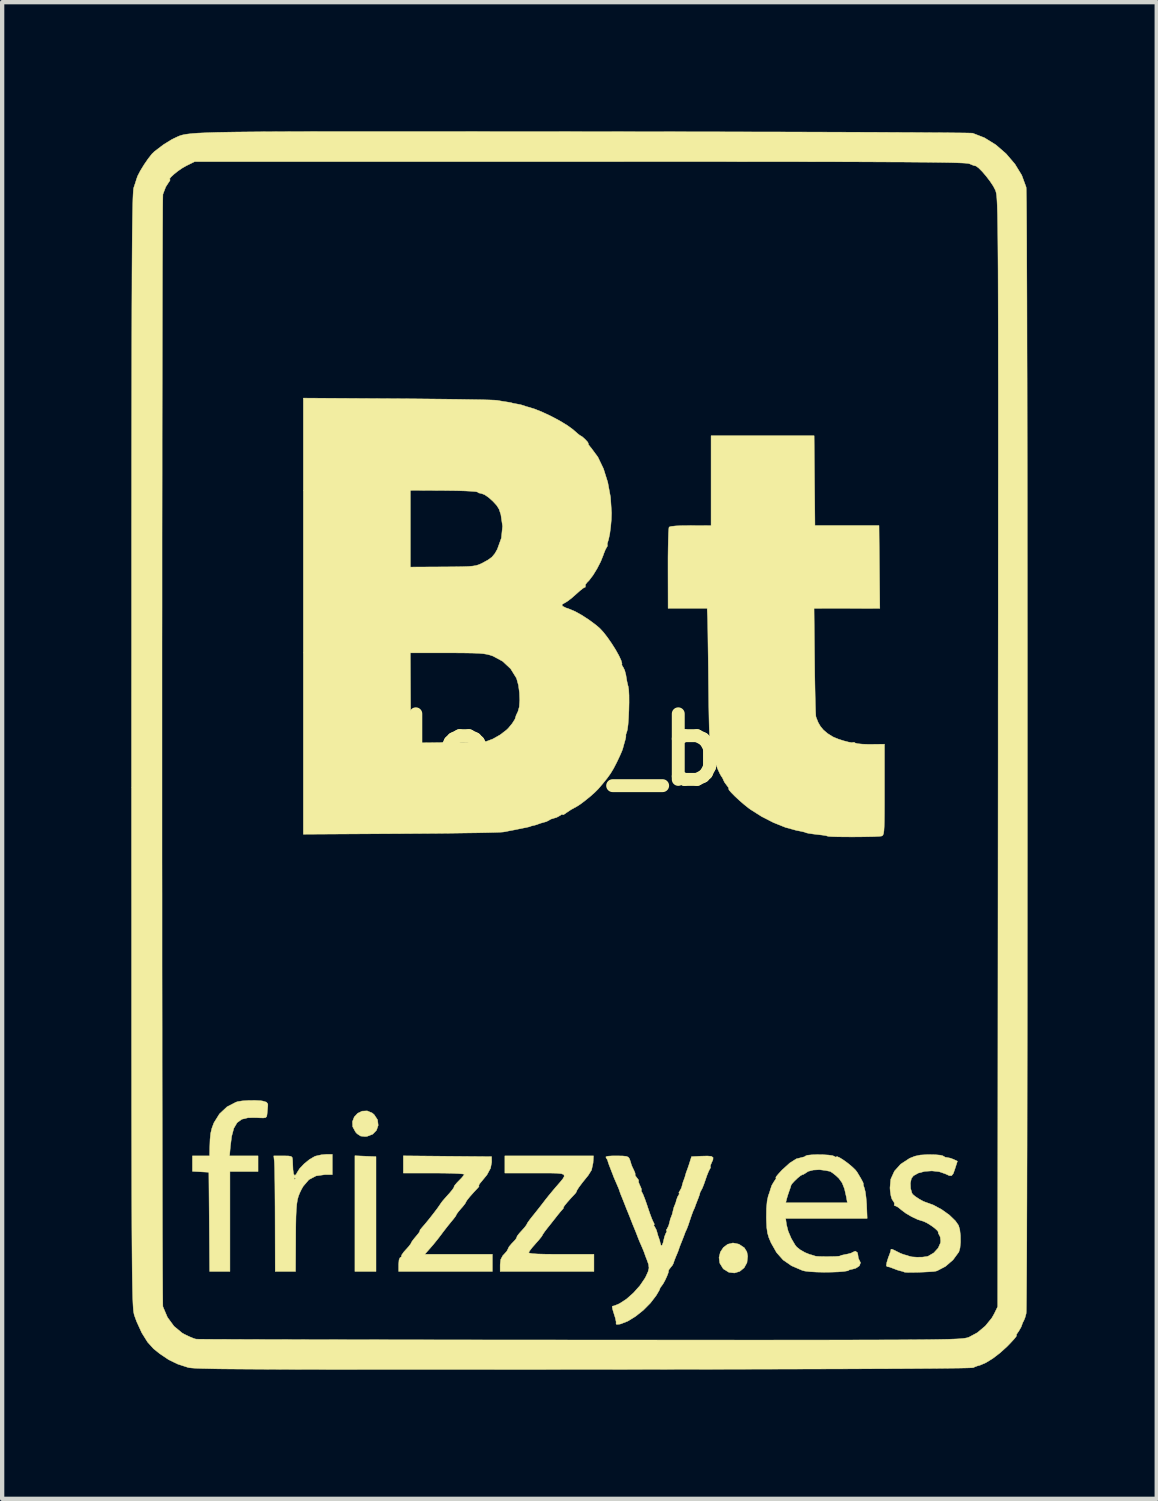
<source format=kicad_pcb>
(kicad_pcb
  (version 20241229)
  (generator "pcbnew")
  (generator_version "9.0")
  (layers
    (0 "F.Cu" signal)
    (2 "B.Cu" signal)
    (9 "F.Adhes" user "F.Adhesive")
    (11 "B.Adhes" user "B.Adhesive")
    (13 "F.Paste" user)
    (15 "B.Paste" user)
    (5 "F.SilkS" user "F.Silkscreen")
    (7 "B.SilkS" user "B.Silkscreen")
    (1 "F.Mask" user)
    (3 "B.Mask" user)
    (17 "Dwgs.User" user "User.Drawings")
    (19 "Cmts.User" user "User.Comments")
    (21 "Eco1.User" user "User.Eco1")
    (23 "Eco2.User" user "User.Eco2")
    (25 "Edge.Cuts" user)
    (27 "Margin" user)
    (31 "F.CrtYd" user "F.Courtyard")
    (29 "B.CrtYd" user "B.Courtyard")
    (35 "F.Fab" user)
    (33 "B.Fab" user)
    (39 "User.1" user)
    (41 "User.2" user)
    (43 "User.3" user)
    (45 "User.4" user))
  (footprint "logo_bt"
    (layer "F.Cu")
    (at 10.419 14.365)
    (property "Reference" "logo_bt" (at 0 0 0) (layer "F.SilkS") (effects (font (size 1.524 1.524) (thickness 0.3))))
    (attr through_hole)
    (fp_poly (pts (xy -4.98 9.442) (xy -4.735 9.452) (xy -4.735 10.786) (xy -4.735 12.119) (xy -5.225 12.119) (xy -5.225 9.431) (xy -4.98 9.442)) (stroke (width 0.01) (type solid)) (fill yes) (layer "F.SilkS"))
    (fp_poly (pts (xy -4.822 8.439) (xy -4.777 8.478) (xy -4.699 8.597) (xy -4.684 8.724) (xy -4.724 8.84) (xy -4.812 8.931) (xy -4.943 8.981) (xy -4.988 8.985) (xy -5.092 8.974) (xy -5.174 8.92) (xy -5.211 8.879) (xy -5.277 8.757) (xy -5.282 8.638) (xy -5.24 8.53) (xy -5.161 8.445) (xy -5.057 8.395) (xy -4.94 8.389) (xy -4.822 8.439)) (stroke (width 0.01) (type solid)) (fill yes) (layer "F.SilkS"))
    (fp_poly (pts (xy 3.689 11.484) (xy 3.704 11.491) (xy 3.82 11.568) (xy 3.88 11.665) (xy 3.898 11.764) (xy 3.882 11.914) (xy 3.816 12.034) (xy 3.714 12.117) (xy 3.591 12.154) (xy 3.462 12.139) (xy 3.341 12.065) (xy 3.325 12.048) (xy 3.25 11.925) (xy 3.233 11.795) (xy 3.264 11.669) (xy 3.334 11.562) (xy 3.434 11.487) (xy 3.556 11.457) (xy 3.689 11.484)) (stroke (width 0.01) (type solid)) (fill yes) (layer "F.SilkS"))
    (fp_poly (pts (xy -7.413 8.153) (xy -7.363 8.161) (xy -7.279 8.187) (xy -7.248 8.23) (xy -7.248 8.275) (xy -7.258 8.384) (xy -7.265 8.462) (xy -7.273 8.515) (xy -7.296 8.543) (xy -7.349 8.553) (xy -7.452 8.55) (xy -7.513 8.546) (xy -7.706 8.548) (xy -7.854 8.584) (xy -7.962 8.664) (xy -8.038 8.793) (xy -8.088 8.98) (xy -8.117 9.207) (xy -8.137 9.434) (xy -7.475 9.434) (xy -7.475 9.797) (xy -8.128 9.797) (xy -8.128 12.119) (xy -8.599 12.119) (xy -8.608 10.967) (xy -8.618 9.815) (xy -8.808 9.804) (xy -8.999 9.793) (xy -8.999 9.434) (xy -8.6 9.434) (xy -8.597 9.244) (xy -8.59 9.051) (xy -8.575 8.908) (xy -8.547 8.791) (xy -8.504 8.676) (xy -8.5 8.666) (xy -8.371 8.459) (xy -8.196 8.295) (xy -7.988 8.187) (xy -7.947 8.174) (xy -7.844 8.157) (xy -7.7 8.148) (xy -7.546 8.146) (xy -7.413 8.153)) (stroke (width 0.01) (type solid)) (fill yes) (layer "F.SilkS"))
    (fp_poly (pts (xy -5.75 9.87) (xy -5.923 9.87) (xy -6.128 9.899) (xy -6.294 9.987) (xy -6.425 10.139) (xy -6.466 10.21) (xy -6.505 10.291) (xy -6.536 10.368) (xy -6.559 10.451) (xy -6.575 10.552) (xy -6.586 10.679) (xy -6.594 10.845) (xy -6.598 11.059) (xy -6.6 11.333) (xy -6.6 11.421) (xy -6.604 12.119) (xy -7.076 12.119) (xy -7.079 10.913) (xy -7.08 10.618) (xy -7.082 10.34) (xy -7.084 10.091) (xy -7.086 9.96) (xy -6.64 9.96) (xy -6.622 9.979) (xy -6.604 9.96) (xy -6.622 9.942) (xy -6.64 9.96) (xy -7.086 9.96) (xy -7.087 9.878) (xy -7.09 9.713) (xy -7.094 9.605) (xy -7.096 9.57) (xy -7.11 9.434) (xy -6.893 9.434) (xy -6.773 9.436) (xy -6.708 9.446) (xy -6.68 9.474) (xy -6.673 9.528) (xy -6.672 9.543) (xy -6.667 9.665) (xy -6.663 9.758) (xy -6.649 9.855) (xy -6.622 9.891) (xy -6.587 9.861) (xy -6.572 9.829) (xy -6.509 9.729) (xy -6.403 9.618) (xy -6.279 9.517) (xy -6.16 9.448) (xy -6.136 9.439) (xy -6.008 9.41) (xy -5.881 9.398) (xy -5.75 9.398) (xy -5.75 9.87)) (stroke (width 0.01) (type solid)) (fill yes) (layer "F.SilkS"))
    (fp_poly (pts (xy 0.307 9.598) (xy 0.272 9.762) (xy 0.194 9.887) (xy 0.064 10.048) (xy -0.024 10.165) (xy -0.068 10.235) (xy -0.073 10.251) (xy -0.092 10.291) (xy -0.117 10.319) (xy -0.211 10.42) (xy -0.294 10.514) (xy -0.355 10.588) (xy -0.381 10.628) (xy -0.379 10.632) (xy -0.382 10.652) (xy -0.406 10.68) (xy -0.458 10.739) (xy -0.528 10.825) (xy -0.544 10.846) (xy -0.625 10.949) (xy -0.719 11.068) (xy -0.753 11.11) (xy -0.82 11.197) (xy -0.863 11.261) (xy -0.871 11.279) (xy -0.895 11.316) (xy -0.954 11.389) (xy -1.026 11.47) (xy -1.108 11.564) (xy -1.167 11.641) (xy -1.188 11.678) (xy -1.17 11.693) (xy -1.102 11.705) (xy -0.981 11.713) (xy -0.8 11.718) (xy -0.554 11.72) (xy -0.435 11.72) (xy 0.327 11.72) (xy 0.327 12.119) (xy -1.851 12.119) (xy -1.851 11.962) (xy -1.837 11.839) (xy -1.789 11.75) (xy -1.76 11.72) (xy -1.698 11.651) (xy -1.669 11.597) (xy -1.669 11.594) (xy -1.645 11.545) (xy -1.584 11.472) (xy -1.561 11.449) (xy -1.497 11.381) (xy -1.468 11.336) (xy -1.468 11.329) (xy -1.455 11.296) (xy -1.403 11.229) (xy -1.359 11.181) (xy -1.287 11.101) (xy -1.242 11.042) (xy -1.234 11.025) (xy -1.213 10.986) (xy -1.159 10.911) (xy -1.116 10.856) (xy -0.998 10.709) (xy -0.889 10.57) (xy -0.787 10.437) (xy -0.719 10.352) (xy -0.627 10.241) (xy -0.555 10.156) (xy -0.46 10.047) (xy -0.394 9.966) (xy -0.362 9.908) (xy -0.372 9.87) (xy -0.427 9.848) (xy -0.536 9.837) (xy -0.703 9.833) (xy -0.934 9.833) (xy -1.033 9.833) (xy -1.742 9.833) (xy -1.742 9.434) (xy 0.317 9.434) (xy 0.307 9.598)) (stroke (width 0.01) (type solid)) (fill yes) (layer "F.SilkS"))
    (fp_poly (pts (xy -3.075 9.443) (xy -2.05 9.452) (xy -2.048 9.579) (xy -2.074 9.72) (xy -2.158 9.875) (xy -2.28 10.024) (xy -2.332 10.087) (xy -2.348 10.122) (xy -2.345 10.124) (xy -2.342 10.144) (xy -2.365 10.173) (xy -2.465 10.28) (xy -2.554 10.38) (xy -2.618 10.46) (xy -2.646 10.504) (xy -2.646 10.507) (xy -2.666 10.544) (xy -2.721 10.614) (xy -2.755 10.652) (xy -2.821 10.73) (xy -2.862 10.786) (xy -2.867 10.799) (xy -2.888 10.838) (xy -2.944 10.911) (xy -2.985 10.96) (xy -3.082 11.08) (xy -3.184 11.212) (xy -3.211 11.249) (xy -3.301 11.367) (xy -3.408 11.499) (xy -3.461 11.56) (xy -3.602 11.72) (xy -2.032 11.72) (xy -2.032 12.119) (xy -4.209 12.119) (xy -4.209 11.956) (xy -4.2 11.849) (xy -4.176 11.796) (xy -4.167 11.793) (xy -4.142 11.779) (xy -4.147 11.77) (xy -4.137 11.734) (xy -4.088 11.665) (xy -4.044 11.616) (xy -3.972 11.536) (xy -3.927 11.476) (xy -3.919 11.458) (xy -3.897 11.418) (xy -3.841 11.345) (xy -3.806 11.304) (xy -3.745 11.23) (xy -3.716 11.184) (xy -3.717 11.176) (xy -3.712 11.154) (xy -3.667 11.1) (xy -3.662 11.094) (xy -3.597 11.019) (xy -3.506 10.908) (xy -3.407 10.782) (xy -3.317 10.664) (xy -3.255 10.576) (xy -3.248 10.565) (xy -3.222 10.527) (xy -3.192 10.487) (xy -3.143 10.43) (xy -3.064 10.341) (xy -3.023 10.296) (xy -2.959 10.218) (xy -2.924 10.164) (xy -2.923 10.152) (xy -2.908 10.121) (xy -2.854 10.057) (xy -2.812 10.014) (xy -2.738 9.937) (xy -2.692 9.879) (xy -2.685 9.863) (xy -2.72 9.854) (xy -2.816 9.846) (xy -2.962 9.839) (xy -3.148 9.835) (xy -3.363 9.833) (xy -3.393 9.833) (xy -4.1 9.833) (xy -4.1 9.433) (xy -3.075 9.443)) (stroke (width 0.01) (type solid)) (fill yes) (layer "F.SilkS"))
    (fp_poly (pts (xy 8.265 9.408) (xy 8.373 9.418) (xy 8.433 9.433) (xy 8.438 9.437) (xy 8.488 9.466) (xy 8.522 9.471) (xy 8.602 9.486) (xy 8.678 9.514) (xy 8.77 9.558) (xy 8.714 9.732) (xy 8.675 9.843) (xy 8.636 9.893) (xy 8.581 9.893) (xy 8.491 9.852) (xy 8.49 9.851) (xy 8.344 9.801) (xy 8.178 9.783) (xy 8.011 9.794) (xy 7.862 9.833) (xy 7.749 9.896) (xy 7.701 9.959) (xy 7.678 10.066) (xy 7.683 10.191) (xy 7.714 10.299) (xy 7.733 10.328) (xy 7.791 10.377) (xy 7.882 10.437) (xy 7.973 10.488) (xy 8.019 10.506) (xy 8.212 10.576) (xy 8.407 10.682) (xy 8.584 10.809) (xy 8.724 10.945) (xy 8.796 11.048) (xy 8.825 11.147) (xy 8.841 11.287) (xy 8.843 11.438) (xy 8.83 11.574) (xy 8.804 11.665) (xy 8.669 11.849) (xy 8.494 12.001) (xy 8.301 12.102) (xy 8.273 12.111) (xy 8.215 12.12) (xy 8.109 12.127) (xy 7.975 12.134) (xy 7.832 12.139) (xy 7.699 12.141) (xy 7.596 12.14) (xy 7.542 12.136) (xy 7.538 12.134) (xy 7.496 12.117) (xy 7.455 12.108) (xy 7.371 12.084) (xy 7.275 12.047) (xy 7.191 12.016) (xy 7.136 12.006) (xy 7.135 12.006) (xy 7.119 11.982) (xy 7.131 11.907) (xy 7.166 11.794) (xy 7.191 11.731) (xy 7.219 11.651) (xy 7.227 11.603) (xy 7.251 11.602) (xy 7.318 11.632) (xy 7.35 11.649) (xy 7.448 11.698) (xy 7.528 11.728) (xy 7.54 11.731) (xy 7.615 11.751) (xy 7.638 11.761) (xy 7.713 11.78) (xy 7.829 11.788) (xy 7.956 11.786) (xy 8.062 11.772) (xy 8.093 11.763) (xy 8.223 11.686) (xy 8.324 11.575) (xy 8.378 11.452) (xy 8.382 11.409) (xy 8.372 11.32) (xy 8.347 11.268) (xy 8.345 11.266) (xy 8.323 11.224) (xy 8.328 11.212) (xy 8.312 11.177) (xy 8.251 11.12) (xy 8.164 11.055) (xy 8.07 10.996) (xy 7.988 10.956) (xy 7.958 10.947) (xy 7.846 10.912) (xy 7.707 10.846) (xy 7.572 10.767) (xy 7.469 10.69) (xy 7.467 10.688) (xy 7.392 10.627) (xy 7.332 10.596) (xy 7.325 10.595) (xy 7.299 10.581) (xy 7.305 10.572) (xy 7.306 10.528) (xy 7.286 10.495) (xy 7.249 10.438) (xy 7.226 10.361) (xy 7.209 10.242) (xy 7.204 10.178) (xy 7.222 9.976) (xy 7.307 9.789) (xy 7.453 9.626) (xy 7.655 9.494) (xy 7.664 9.489) (xy 7.782 9.442) (xy 7.908 9.415) (xy 8.07 9.405) (xy 8.127 9.405) (xy 8.265 9.408)) (stroke (width 0.01) (type solid)) (fill yes) (layer "F.SilkS"))
    (fp_poly (pts (xy 5.451 -6.25) (xy 5.461 -5.207) (xy 6.949 -5.207) (xy 6.968 -3.283) (xy 6.204 -3.284) (xy 5.44 -3.285) (xy 5.453 -2.051) (xy 5.456 -1.757) (xy 5.461 -1.485) (xy 5.466 -1.243) (xy 5.471 -1.041) (xy 5.476 -0.888) (xy 5.481 -0.791) (xy 5.485 -0.762) (xy 5.535 -0.635) (xy 5.587 -0.545) (xy 5.657 -0.46) (xy 5.753 -0.378) (xy 5.872 -0.303) (xy 5.901 -0.289) (xy 6.007 -0.246) (xy 6.125 -0.208) (xy 6.234 -0.179) (xy 6.316 -0.165) (xy 6.35 -0.171) (xy 6.35 -0.172) (xy 6.373 -0.171) (xy 6.395 -0.156) (xy 6.45 -0.141) (xy 6.558 -0.13) (xy 6.7 -0.125) (xy 6.758 -0.125) (xy 7.076 -0.129) (xy 7.076 0.929) (xy 7.076 1.234) (xy 7.075 1.474) (xy 7.073 1.657) (xy 7.069 1.792) (xy 7.063 1.885) (xy 7.054 1.945) (xy 7.041 1.98) (xy 7.025 1.998) (xy 7.005 2.006) (xy 7.004 2.006) (xy 6.945 2.012) (xy 6.833 2.018) (xy 6.681 2.021) (xy 6.505 2.024) (xy 6.32 2.025) (xy 6.139 2.024) (xy 5.978 2.022) (xy 5.852 2.018) (xy 5.775 2.013) (xy 5.759 2.009) (xy 5.716 1.996) (xy 5.626 1.982) (xy 5.565 1.975) (xy 5.423 1.958) (xy 5.313 1.942) (xy 5.251 1.928) (xy 5.243 1.923) (xy 5.22 1.914) (xy 5.144 1.896) (xy 5.031 1.874) (xy 4.779 1.805) (xy 4.501 1.694) (xy 4.223 1.552) (xy 3.969 1.391) (xy 3.919 1.355) (xy 3.814 1.271) (xy 3.704 1.176) (xy 3.602 1.081) (xy 3.519 0.997) (xy 3.466 0.936) (xy 3.455 0.908) (xy 3.458 0.907) (xy 3.455 0.884) (xy 3.414 0.828) (xy 3.412 0.826) (xy 3.36 0.755) (xy 3.337 0.708) (xy 3.312 0.651) (xy 3.287 0.617) (xy 3.252 0.556) (xy 3.205 0.454) (xy 3.159 0.34) (xy 3.125 0.241) (xy 3.114 0.192) (xy 3.1 0.139) (xy 3.077 0.073) (xy 3.059 0.018) (xy 3.043 -0.045) (xy 3.031 -0.123) (xy 3.02 -0.224) (xy 3.012 -0.355) (xy 3.005 -0.524) (xy 3 -0.738) (xy 2.995 -1.005) (xy 2.991 -1.333) (xy 2.988 -1.578) (xy 2.985 -1.889) (xy 2.981 -2.184) (xy 2.977 -2.454) (xy 2.974 -2.69) (xy 2.971 -2.881) (xy 2.968 -3.018) (xy 2.966 -3.084) (xy 2.957 -3.284) (xy 2.05 -3.284) (xy 2.048 -4.209) (xy 2.048 -4.462) (xy 2.051 -4.692) (xy 2.055 -4.888) (xy 2.06 -5.04) (xy 2.067 -5.138) (xy 2.073 -5.172) (xy 2.12 -5.187) (xy 2.23 -5.199) (xy 2.393 -5.206) (xy 2.574 -5.207) (xy 3.048 -5.205) (xy 3.048 -7.293) (xy 5.442 -7.293) (xy 5.451 -6.25)) (stroke (width 0.01) (type solid)) (fill yes) (layer "F.SilkS"))
    (fp_poly (pts (xy 5.647 9.407) (xy 5.774 9.415) (xy 5.868 9.428) (xy 5.905 9.442) (xy 5.944 9.464) (xy 5.951 9.459) (xy 5.976 9.45) (xy 6.04 9.479) (xy 6.129 9.535) (xy 6.229 9.608) (xy 6.325 9.688) (xy 6.403 9.763) (xy 6.441 9.813) (xy 6.528 9.959) (xy 6.576 10.049) (xy 6.587 10.086) (xy 6.585 10.087) (xy 6.586 10.116) (xy 6.61 10.186) (xy 6.61 10.187) (xy 6.631 10.271) (xy 6.648 10.401) (xy 6.661 10.554) (xy 6.662 10.586) (xy 6.674 10.886) (xy 4.78 10.886) (xy 4.8 11.031) (xy 4.839 11.184) (xy 4.911 11.353) (xy 4.998 11.501) (xy 5.036 11.55) (xy 5.117 11.615) (xy 5.231 11.68) (xy 5.342 11.725) (xy 5.377 11.733) (xy 5.448 11.755) (xy 5.461 11.761) (xy 5.506 11.768) (xy 5.598 11.772) (xy 5.717 11.774) (xy 5.842 11.773) (xy 5.951 11.77) (xy 6.023 11.764) (xy 6.042 11.759) (xy 6.076 11.744) (xy 6.173 11.723) (xy 6.231 11.712) (xy 6.306 11.691) (xy 6.337 11.673) (xy 6.399 11.647) (xy 6.447 11.68) (xy 6.459 11.732) (xy 6.469 11.809) (xy 6.484 11.842) (xy 6.52 11.916) (xy 6.493 11.988) (xy 6.412 12.043) (xy 6.347 12.062) (xy 6.281 12.076) (xy 6.259 12.083) (xy 6.226 12.103) (xy 6.134 12.118) (xy 6.001 12.129) (xy 5.84 12.135) (xy 5.668 12.137) (xy 5.498 12.133) (xy 5.346 12.124) (xy 5.227 12.11) (xy 5.171 12.096) (xy 4.919 11.988) (xy 4.723 11.853) (xy 4.569 11.679) (xy 4.441 11.453) (xy 4.439 11.448) (xy 4.39 11.332) (xy 4.359 11.225) (xy 4.342 11.104) (xy 4.334 10.943) (xy 4.332 10.869) (xy 4.335 10.655) (xy 4.347 10.523) (xy 4.782 10.523) (xy 6.214 10.523) (xy 6.19 10.387) (xy 6.147 10.198) (xy 6.093 10.062) (xy 6.017 9.956) (xy 5.951 9.894) (xy 5.874 9.833) (xy 5.82 9.797) (xy 5.812 9.794) (xy 5.76 9.784) (xy 5.715 9.774) (xy 5.567 9.755) (xy 5.422 9.763) (xy 5.303 9.794) (xy 5.254 9.827) (xy 5.194 9.865) (xy 5.171 9.87) (xy 5.127 9.893) (xy 5.057 9.95) (xy 4.983 10.021) (xy 4.924 10.086) (xy 4.903 10.124) (xy 4.892 10.167) (xy 4.865 10.243) (xy 4.828 10.352) (xy 4.804 10.434) (xy 4.782 10.523) (xy 4.347 10.523) (xy 4.351 10.481) (xy 4.375 10.37) (xy 4.407 10.279) (xy 4.425 10.221) (xy 4.426 10.214) (xy 4.46 10.116) (xy 4.52 10.016) (xy 4.529 10.006) (xy 4.559 9.958) (xy 4.552 9.942) (xy 4.559 9.919) (xy 4.609 9.858) (xy 4.689 9.771) (xy 4.7 9.759) (xy 4.876 9.6) (xy 5.029 9.503) (xy 5.156 9.471) (xy 5.156 9.471) (xy 5.222 9.454) (xy 5.241 9.437) (xy 5.287 9.42) (xy 5.383 9.41) (xy 5.51 9.405) (xy 5.647 9.407)) (stroke (width 0.01) (type solid)) (fill yes) (layer "F.SilkS"))
    (fp_poly (pts (xy 0.991 9.436) (xy 1.078 9.445) (xy 1.125 9.464) (xy 1.151 9.499) (xy 1.158 9.516) (xy 1.183 9.59) (xy 1.192 9.625) (xy 1.21 9.674) (xy 1.248 9.754) (xy 1.252 9.761) (xy 1.283 9.834) (xy 1.286 9.869) (xy 1.283 9.87) (xy 1.286 9.892) (xy 1.324 9.942) (xy 1.364 9.995) (xy 1.365 10.015) (xy 1.363 10.043) (xy 1.39 10.111) (xy 1.397 10.124) (xy 1.428 10.196) (xy 1.432 10.232) (xy 1.43 10.233) (xy 1.427 10.255) (xy 1.442 10.278) (xy 1.469 10.331) (xy 1.51 10.435) (xy 1.558 10.571) (xy 1.578 10.632) (xy 1.627 10.775) (xy 1.672 10.895) (xy 1.706 10.971) (xy 1.715 10.986) (xy 1.732 11.024) (xy 1.724 11.031) (xy 1.719 11.053) (xy 1.737 11.079) (xy 1.778 11.156) (xy 1.79 11.197) (xy 1.816 11.29) (xy 1.83 11.327) (xy 1.858 11.412) (xy 1.864 11.444) (xy 1.884 11.513) (xy 1.91 11.512) (xy 1.936 11.444) (xy 1.944 11.406) (xy 1.969 11.304) (xy 1.999 11.23) (xy 2.005 11.221) (xy 2.023 11.182) (xy 2.014 11.176) (xy 2.009 11.154) (xy 2.025 11.13) (xy 2.061 11.06) (xy 2.082 10.985) (xy 2.103 10.898) (xy 2.123 10.849) (xy 2.146 10.787) (xy 2.163 10.715) (xy 2.185 10.628) (xy 2.205 10.58) (xy 2.231 10.512) (xy 2.24 10.471) (xy 2.27 10.386) (xy 2.291 10.353) (xy 2.312 10.313) (xy 2.304 10.305) (xy 2.3 10.283) (xy 2.317 10.257) (xy 2.359 10.18) (xy 2.371 10.139) (xy 2.396 10.046) (xy 2.41 10.009) (xy 2.439 9.929) (xy 2.447 9.9) (xy 2.469 9.823) (xy 2.479 9.797) (xy 2.504 9.729) (xy 2.539 9.627) (xy 2.548 9.598) (xy 2.594 9.452) (xy 2.808 9.441) (xy 2.963 9.437) (xy 3.056 9.445) (xy 3.095 9.473) (xy 3.091 9.524) (xy 3.066 9.579) (xy 3.035 9.652) (xy 3.031 9.687) (xy 3.033 9.688) (xy 3.036 9.711) (xy 3.021 9.734) (xy 2.991 9.792) (xy 2.95 9.894) (xy 2.921 9.979) (xy 2.881 10.094) (xy 2.846 10.182) (xy 2.829 10.214) (xy 2.796 10.276) (xy 2.792 10.287) (xy 2.779 10.338) (xy 2.754 10.408) (xy 2.716 10.505) (xy 2.685 10.585) (xy 2.67 10.631) (xy 2.669 10.632) (xy 2.65 10.676) (xy 2.644 10.686) (xy 2.622 10.739) (xy 2.587 10.836) (xy 2.558 10.922) (xy 2.52 11.037) (xy 2.487 11.125) (xy 2.472 11.158) (xy 2.449 11.206) (xy 2.447 11.212) (xy 2.431 11.257) (xy 2.397 11.346) (xy 2.353 11.457) (xy 2.334 11.503) (xy 2.308 11.573) (xy 2.302 11.593) (xy 2.283 11.648) (xy 2.246 11.738) (xy 2.234 11.765) (xy 2.197 11.858) (xy 2.176 11.92) (xy 2.174 11.929) (xy 2.151 11.974) (xy 2.111 12.023) (xy 2.068 12.079) (xy 2.06 12.105) (xy 2.054 12.148) (xy 2.023 12.229) (xy 1.979 12.324) (xy 1.933 12.407) (xy 1.906 12.445) (xy 1.867 12.498) (xy 1.859 12.519) (xy 1.844 12.557) (xy 1.799 12.634) (xy 1.77 12.682) (xy 1.637 12.855) (xy 1.473 13.02) (xy 1.293 13.163) (xy 1.114 13.273) (xy 0.952 13.337) (xy 0.908 13.346) (xy 0.849 13.347) (xy 0.841 13.334) (xy 0.843 13.29) (xy 0.824 13.2) (xy 0.797 13.115) (xy 0.765 13.011) (xy 0.751 12.943) (xy 0.755 12.926) (xy 0.8 12.916) (xy 0.885 12.882) (xy 0.925 12.863) (xy 1.081 12.762) (xy 1.245 12.617) (xy 1.396 12.448) (xy 1.512 12.277) (xy 1.535 12.234) (xy 1.585 12.123) (xy 1.606 12.039) (xy 1.596 11.955) (xy 1.556 11.843) (xy 1.536 11.793) (xy 1.51 11.722) (xy 1.504 11.702) (xy 1.484 11.649) (xy 1.446 11.558) (xy 1.43 11.521) (xy 1.389 11.428) (xy 1.364 11.367) (xy 1.36 11.357) (xy 1.343 11.313) (xy 1.311 11.229) (xy 1.273 11.135) (xy 1.245 11.067) (xy 1.221 11.009) (xy 1.216 10.995) (xy 1.197 10.947) (xy 1.164 10.862) (xy 1.127 10.77) (xy 1.1 10.704) (xy 1.076 10.646) (xy 1.071 10.632) (xy 1.053 10.586) (xy 1.02 10.502) (xy 0.983 10.409) (xy 0.955 10.341) (xy 0.929 10.271) (xy 0.923 10.251) (xy 0.904 10.197) (xy 0.865 10.106) (xy 0.849 10.069) (xy 0.809 9.977) (xy 0.783 9.916) (xy 0.779 9.906) (xy 0.764 9.863) (xy 0.732 9.783) (xy 0.731 9.779) (xy 0.679 9.645) (xy 0.652 9.567) (xy 0.648 9.543) (xy 0.627 9.503) (xy 0.609 9.48) (xy 0.605 9.456) (xy 0.646 9.442) (xy 0.742 9.435) (xy 0.849 9.434) (xy 0.991 9.436)) (stroke (width 0.01) (type solid)) (fill yes) (layer "F.SilkS"))
    (fp_poly (pts (xy -4.236 -8.154) (xy -3.841 -8.151) (xy -3.464 -8.147) (xy -3.113 -8.143) (xy -2.795 -8.139) (xy -2.515 -8.134) (xy -2.281 -8.13) (xy -2.1 -8.125) (xy -1.978 -8.12) (xy -1.923 -8.116) (xy -1.8 -8.094) (xy -1.687 -8.077) (xy -1.611 -8.064) (xy -1.578 -8.056) (xy -1.578 -8.055) (xy -1.547 -8.047) (xy -1.472 -8.033) (xy -1.47 -8.033) (xy -1.372 -8.014) (xy -1.306 -7.994) (xy -1.231 -7.968) (xy -1.209 -7.963) (xy -1.057 -7.917) (xy -0.87 -7.842) (xy -0.666 -7.746) (xy -0.467 -7.64) (xy -0.292 -7.534) (xy -0.161 -7.439) (xy -0.144 -7.424) (xy -0.061 -7.351) (xy -0.001 -7.303) (xy 0.018 -7.293) (xy 0.056 -7.27) (xy 0.119 -7.213) (xy 0.13 -7.203) (xy 0.183 -7.144) (xy 0.198 -7.113) (xy 0.194 -7.112) (xy 0.199 -7.089) (xy 0.243 -7.032) (xy 0.261 -7.012) (xy 0.419 -6.798) (xy 0.549 -6.527) (xy 0.648 -6.212) (xy 0.712 -5.867) (xy 0.736 -5.503) (xy 0.736 -5.497) (xy 0.731 -5.345) (xy 0.716 -5.177) (xy 0.695 -5.017) (xy 0.669 -4.893) (xy 0.657 -4.853) (xy 0.636 -4.783) (xy 0.64 -4.753) (xy 0.64 -4.753) (xy 0.641 -4.731) (xy 0.626 -4.708) (xy 0.592 -4.646) (xy 0.553 -4.548) (xy 0.545 -4.523) (xy 0.484 -4.37) (xy 0.399 -4.205) (xy 0.305 -4.052) (xy 0.213 -3.931) (xy 0.169 -3.887) (xy 0.129 -3.835) (xy 0.13 -3.806) (xy 0.126 -3.775) (xy 0.116 -3.774) (xy 0.074 -3.751) (xy -0.002 -3.69) (xy -0.095 -3.607) (xy -0.2 -3.515) (xy -0.298 -3.442) (xy -0.36 -3.406) (xy -0.415 -3.373) (xy -0.405 -3.337) (xy -0.328 -3.297) (xy -0.236 -3.265) (xy -0.107 -3.21) (xy 0.054 -3.12) (xy 0.224 -3.008) (xy 0.382 -2.89) (xy 0.466 -2.817) (xy 0.551 -2.725) (xy 0.645 -2.603) (xy 0.742 -2.463) (xy 0.832 -2.32) (xy 0.907 -2.186) (xy 0.958 -2.076) (xy 0.979 -2.003) (xy 0.974 -1.985) (xy 0.983 -1.95) (xy 1.007 -1.915) (xy 1.041 -1.846) (xy 1.069 -1.74) (xy 1.075 -1.701) (xy 1.095 -1.585) (xy 1.117 -1.489) (xy 1.123 -1.47) (xy 1.135 -1.394) (xy 1.142 -1.264) (xy 1.143 -1.1) (xy 1.139 -0.92) (xy 1.131 -0.743) (xy 1.12 -0.587) (xy 1.105 -0.472) (xy 1.094 -0.426) (xy 1.07 -0.356) (xy 1.069 -0.327) (xy 1.069 -0.327) (xy 1.069 -0.296) (xy 1.052 -0.222) (xy 1.048 -0.209) (xy 1.019 -0.107) (xy 0.998 -0.028) (xy 0.998 -0.028) (xy 0.976 0.034) (xy 0.93 0.139) (xy 0.869 0.268) (xy 0.854 0.299) (xy 0.783 0.436) (xy 0.713 0.552) (xy 0.631 0.666) (xy 0.523 0.799) (xy 0.424 0.914) (xy 0.348 0.99) (xy 0.24 1.086) (xy 0.12 1.183) (xy 0.01 1.266) (xy -0.069 1.317) (xy -0.073 1.319) (xy -0.211 1.395) (xy -0.329 1.475) (xy -0.341 1.485) (xy -0.387 1.512) (xy -0.399 1.506) (xy -0.422 1.503) (xy -0.457 1.527) (xy -0.543 1.574) (xy -0.59 1.587) (xy -0.673 1.612) (xy -0.708 1.633) (xy -0.778 1.67) (xy -0.819 1.681) (xy -0.912 1.707) (xy -0.95 1.721) (xy -1.041 1.752) (xy -1.077 1.76) (xy -1.132 1.773) (xy -1.143 1.778) (xy -1.172 1.789) (xy -1.197 1.795) (xy -1.521 1.862) (xy -1.542 1.866) (xy -1.658 1.888) (xy -1.778 1.911) (xy -1.836 1.915) (xy -1.96 1.92) (xy -2.144 1.925) (xy -2.38 1.93) (xy -2.662 1.934) (xy -2.984 1.939) (xy -3.338 1.943) (xy -3.719 1.946) (xy -4.119 1.949) (xy -4.164 1.949) (xy -6.423 1.963) (xy -6.423 -2.25) (xy -3.938 -2.25) (xy -3.933 -1.206) (xy -3.931 -0.94) (xy -3.93 -0.698) (xy -3.928 -0.49) (xy -3.926 -0.326) (xy -3.925 -0.214) (xy -3.924 -0.164) (xy -3.923 -0.162) (xy -3.883 -0.16) (xy -3.782 -0.16) (xy -3.633 -0.161) (xy -3.448 -0.163) (xy -3.241 -0.166) (xy -3.023 -0.169) (xy -2.806 -0.173) (xy -2.603 -0.177) (xy -2.426 -0.181) (xy -2.288 -0.185) (xy -2.201 -0.189) (xy -2.177 -0.191) (xy -2.021 -0.25) (xy -1.853 -0.345) (xy -1.706 -0.457) (xy -1.665 -0.496) (xy -1.572 -0.608) (xy -1.507 -0.711) (xy -1.484 -0.785) (xy -1.484 -0.788) (xy -1.469 -0.823) (xy -1.438 -0.886) (xy -1.407 -0.995) (xy -1.396 -1.149) (xy -1.403 -1.325) (xy -1.426 -1.498) (xy -1.466 -1.643) (xy -1.476 -1.669) (xy -1.608 -1.881) (xy -1.793 -2.054) (xy -2.015 -2.174) (xy -2.017 -2.175) (xy -2.087 -2.199) (xy -2.159 -2.217) (xy -2.244 -2.231) (xy -2.353 -2.24) (xy -2.496 -2.245) (xy -2.685 -2.248) (xy -2.931 -2.25) (xy -3.077 -2.25) (xy -3.938 -2.25) (xy -6.423 -2.25) (xy -6.423 -4.243) (xy -3.937 -4.243) (xy -3.185 -4.247) (xy -2.93 -4.249) (xy -2.737 -4.252) (xy -2.593 -4.257) (xy -2.488 -4.266) (xy -2.41 -4.279) (xy -2.348 -4.298) (xy -2.29 -4.323) (xy -2.27 -4.333) (xy -2.132 -4.409) (xy -2.04 -4.477) (xy -1.973 -4.558) (xy -1.917 -4.656) (xy -1.823 -4.917) (xy -1.795 -5.192) (xy -1.835 -5.464) (xy -1.877 -5.589) (xy -1.931 -5.675) (xy -2.019 -5.771) (xy -2.12 -5.861) (xy -2.215 -5.926) (xy -2.284 -5.951) (xy -2.353 -5.966) (xy -2.375 -5.985) (xy -2.416 -5.995) (xy -2.52 -6.004) (xy -2.674 -6.012) (xy -2.871 -6.018) (xy -3.098 -6.021) (xy -3.167 -6.022) (xy -3.937 -6.026) (xy -3.937 -4.243) (xy -6.423 -4.243) (xy -6.423 -8.168) (xy -4.236 -8.154)) (stroke (width 0.01) (type solid)) (fill yes) (layer "F.SilkS"))
    (fp_poly (pts (xy -3.942 -14.36) (xy -3.232 -14.36) (xy -2.459 -14.359) (xy -1.621 -14.358) (xy -0.716 -14.358) (xy 0.054 -14.357) (xy 0.857 -14.356) (xy 1.642 -14.355) (xy 2.404 -14.354) (xy 3.142 -14.353) (xy 3.853 -14.351) (xy 4.532 -14.35) (xy 5.177 -14.348) (xy 5.785 -14.346) (xy 6.352 -14.344) (xy 6.876 -14.342) (xy 7.353 -14.339) (xy 7.78 -14.337) (xy 8.154 -14.334) (xy 8.473 -14.332) (xy 8.731 -14.329) (xy 8.928 -14.327) (xy 9.059 -14.324) (xy 9.121 -14.322) (xy 9.125 -14.321) (xy 9.398 -14.215) (xy 9.661 -14.052) (xy 9.901 -13.844) (xy 10.106 -13.604) (xy 10.265 -13.344) (xy 10.363 -13.077) (xy 10.367 -13.063) (xy 10.369 -13.016) (xy 10.371 -12.9) (xy 10.374 -12.718) (xy 10.376 -12.473) (xy 10.378 -12.168) (xy 10.38 -11.806) (xy 10.381 -11.39) (xy 10.383 -10.924) (xy 10.385 -10.41) (xy 10.386 -9.852) (xy 10.387 -9.253) (xy 10.389 -8.617) (xy 10.39 -7.945) (xy 10.391 -7.242) (xy 10.392 -6.51) (xy 10.393 -5.753) (xy 10.393 -4.974) (xy 10.394 -4.176) (xy 10.394 -3.362) (xy 10.395 -2.536) (xy 10.395 -1.699) (xy 10.395 -0.857) (xy 10.395 -0.011) (xy 10.395 0.835) (xy 10.395 1.678) (xy 10.395 2.515) (xy 10.394 3.342) (xy 10.394 4.157) (xy 10.393 4.956) (xy 10.393 5.736) (xy 10.392 6.495) (xy 10.391 7.228) (xy 10.39 7.933) (xy 10.389 8.607) (xy 10.388 9.246) (xy 10.386 9.848) (xy 10.385 10.408) (xy 10.383 10.925) (xy 10.382 11.394) (xy 10.38 11.813) (xy 10.378 12.179) (xy 10.376 12.488) (xy 10.374 12.737) (xy 10.372 12.924) (xy 10.37 13.044) (xy 10.367 13.095) (xy 10.367 13.096) (xy 10.341 13.191) (xy 10.315 13.256) (xy 10.313 13.259) (xy 10.287 13.309) (xy 10.284 13.317) (xy 10.25 13.41) (xy 10.192 13.511) (xy 10.167 13.544) (xy 10.137 13.592) (xy 10.144 13.607) (xy 10.134 13.631) (xy 10.082 13.695) (xy 9.996 13.788) (xy 9.923 13.863) (xy 9.761 14.01) (xy 9.591 14.14) (xy 9.428 14.24) (xy 9.29 14.299) (xy 9.247 14.309) (xy 9.175 14.335) (xy 9.144 14.352) (xy 9.101 14.356) (xy 8.987 14.36) (xy 8.803 14.364) (xy 8.549 14.367) (xy 8.226 14.371) (xy 7.836 14.374) (xy 7.38 14.377) (xy 6.858 14.379) (xy 6.272 14.382) (xy 5.622 14.384) (xy 4.91 14.386) (xy 4.137 14.388) (xy 3.304 14.39) (xy 2.411 14.391) (xy 1.46 14.393) (xy 0.452 14.394) (xy 0.091 14.394) (xy -0.878 14.395) (xy -1.778 14.395) (xy -2.609 14.396) (xy -3.376 14.396) (xy -4.081 14.396) (xy -4.727 14.396) (xy -5.315 14.395) (xy -5.849 14.395) (xy -6.331 14.394) (xy -6.764 14.393) (xy -7.15 14.391) (xy -7.493 14.389) (xy -7.794 14.387) (xy -8.056 14.385) (xy -8.282 14.383) (xy -8.475 14.38) (xy -8.636 14.376) (xy -8.769 14.373) (xy -8.877 14.369) (xy -8.961 14.365) (xy -9.024 14.36) (xy -9.07 14.355) (xy -9.1 14.349) (xy -9.103 14.348) (xy -9.34 14.271) (xy -9.549 14.17) (xy -9.756 14.031) (xy -9.9 13.916) (xy -10.041 13.76) (xy -10.176 13.544) (xy -10.296 13.281) (xy -10.341 13.158) (xy -10.348 13.138) (xy -10.354 13.116) (xy -10.359 13.091) (xy -10.365 13.06) (xy -10.37 13.02) (xy -10.374 12.969) (xy -10.378 12.906) (xy -10.382 12.827) (xy -10.386 12.731) (xy -10.389 12.615) (xy -10.392 12.477) (xy -10.395 12.315) (xy -10.398 12.127) (xy -10.4 11.909) (xy -10.402 11.661) (xy -10.404 11.379) (xy -10.406 11.062) (xy -10.407 10.707) (xy -10.408 10.313) (xy -10.409 9.875) (xy -10.41 9.394) (xy -10.411 8.865) (xy -10.412 8.288) (xy -10.412 7.659) (xy -10.413 6.976) (xy -10.413 6.238) (xy -10.413 5.442) (xy -10.413 4.585) (xy -10.413 3.666) (xy -10.414 2.682) (xy -10.414 1.631) (xy -10.414 0.51) (xy -10.414 0.034) (xy -9.706 0.034) (xy -9.706 0.874) (xy -9.706 1.71) (xy -9.706 2.54) (xy -9.705 3.36) (xy -9.705 4.168) (xy -9.705 4.96) (xy -9.704 5.732) (xy -9.703 6.483) (xy -9.703 7.209) (xy -9.702 7.905) (xy -9.701 8.571) (xy -9.7 9.201) (xy -9.699 9.794) (xy -9.698 10.345) (xy -9.697 10.852) (xy -9.696 11.312) (xy -9.694 11.721) (xy -9.693 12.076) (xy -9.691 12.374) (xy -9.69 12.613) (xy -9.688 12.788) (xy -9.687 12.897) (xy -9.685 12.936) (xy -9.58 13.183) (xy -9.428 13.391) (xy -9.24 13.547) (xy -9.19 13.576) (xy -9.071 13.633) (xy -8.967 13.676) (xy -8.918 13.69) (xy -8.875 13.692) (xy -8.762 13.693) (xy -8.583 13.695) (xy -8.341 13.696) (xy -8.039 13.697) (xy -7.68 13.699) (xy -7.268 13.7) (xy -6.805 13.701) (xy -6.294 13.703) (xy -5.739 13.704) (xy -5.144 13.705) (xy -4.51 13.706) (xy -3.842 13.707) (xy -3.142 13.708) (xy -2.413 13.709) (xy -1.659 13.71) (xy -0.883 13.71) (xy -0.088 13.711) (xy 0.009 13.711) (xy 0.955 13.711) (xy 1.831 13.712) (xy 2.639 13.712) (xy 3.384 13.712) (xy 4.066 13.713) (xy 4.69 13.712) (xy 5.258 13.712) (xy 5.773 13.712) (xy 6.236 13.711) (xy 6.652 13.71) (xy 7.023 13.709) (xy 7.351 13.708) (xy 7.64 13.706) (xy 7.891 13.704) (xy 8.109 13.702) (xy 8.295 13.699) (xy 8.452 13.696) (xy 8.584 13.693) (xy 8.692 13.689) (xy 8.779 13.685) (xy 8.849 13.68) (xy 8.904 13.675) (xy 8.947 13.669) (xy 8.98 13.663) (xy 9.006 13.657) (xy 9.028 13.649) (xy 9.042 13.644) (xy 9.235 13.54) (xy 9.419 13.385) (xy 9.569 13.201) (xy 9.627 13.099) (xy 9.706 12.936) (xy 9.716 0.064) (xy 9.716 -1.084) (xy 9.717 -2.161) (xy 9.718 -3.171) (xy 9.718 -4.115) (xy 9.719 -4.995) (xy 9.719 -5.814) (xy 9.72 -6.574) (xy 9.72 -7.277) (xy 9.72 -7.925) (xy 9.72 -8.522) (xy 9.719 -9.068) (xy 9.719 -9.567) (xy 9.718 -10.02) (xy 9.717 -10.43) (xy 9.716 -10.799) (xy 9.715 -11.129) (xy 9.713 -11.423) (xy 9.711 -11.683) (xy 9.709 -11.91) (xy 9.707 -12.108) (xy 9.704 -12.279) (xy 9.702 -12.424) (xy 9.698 -12.547) (xy 9.695 -12.649) (xy 9.691 -12.732) (xy 9.687 -12.799) (xy 9.683 -12.853) (xy 9.678 -12.895) (xy 9.673 -12.927) (xy 9.667 -12.952) (xy 9.661 -12.973) (xy 9.655 -12.991) (xy 9.653 -12.997) (xy 9.605 -13.09) (xy 9.53 -13.203) (xy 9.44 -13.321) (xy 9.347 -13.43) (xy 9.263 -13.514) (xy 9.201 -13.559) (xy 9.183 -13.563) (xy 9.139 -13.574) (xy 9.06 -13.607) (xy 9.053 -13.61) (xy 9.033 -13.616) (xy 8.997 -13.621) (xy 8.941 -13.626) (xy 8.863 -13.63) (xy 8.76 -13.634) (xy 8.63 -13.638) (xy 8.471 -13.641) (xy 8.279 -13.644) (xy 8.053 -13.647) (xy 7.789 -13.649) (xy 7.486 -13.652) (xy 7.14 -13.653) (xy 6.749 -13.655) (xy 6.31 -13.657) (xy 5.822 -13.658) (xy 5.281 -13.659) (xy 4.684 -13.66) (xy 4.03 -13.66) (xy 3.316 -13.661) (xy 2.538 -13.661) (xy 1.696 -13.661) (xy 0.785 -13.662) (xy 0 -13.662) (xy -8.944 -13.662) (xy -9.147 -13.562) (xy -9.241 -13.508) (xy -9.34 -13.439) (xy -9.43 -13.367) (xy -9.498 -13.303) (xy -9.531 -13.259) (xy -9.52 -13.244) (xy -9.521 -13.222) (xy -9.55 -13.181) (xy -9.619 -13.074) (xy -9.678 -12.92) (xy -9.685 -12.9) (xy -9.686 -12.858) (xy -9.688 -12.746) (xy -9.69 -12.569) (xy -9.691 -12.328) (xy -9.693 -12.027) (xy -9.694 -11.67) (xy -9.696 -11.259) (xy -9.697 -10.797) (xy -9.698 -10.288) (xy -9.699 -9.736) (xy -9.7 -9.142) (xy -9.701 -8.51) (xy -9.702 -7.843) (xy -9.703 -7.145) (xy -9.703 -6.419) (xy -9.704 -5.667) (xy -9.705 -4.894) (xy -9.705 -4.101) (xy -9.705 -3.293) (xy -9.706 -2.472) (xy -9.706 -1.642) (xy -9.706 -0.806) (xy -9.706 0.034) (xy -10.414 0.034) (xy -10.414 0.017) (xy -10.414 -1.148) (xy -10.413 -2.244) (xy -10.413 -3.27) (xy -10.413 -4.231) (xy -10.413 -5.128) (xy -10.412 -5.963) (xy -10.412 -6.738) (xy -10.411 -7.456) (xy -10.41 -8.119) (xy -10.409 -8.728) (xy -10.408 -9.286) (xy -10.407 -9.796) (xy -10.406 -10.259) (xy -10.404 -10.677) (xy -10.403 -11.053) (xy -10.401 -11.388) (xy -10.399 -11.686) (xy -10.397 -11.947) (xy -10.394 -12.175) (xy -10.391 -12.371) (xy -10.388 -12.537) (xy -10.385 -12.677) (xy -10.382 -12.791) (xy -10.378 -12.882) (xy -10.374 -12.952) (xy -10.37 -13.004) (xy -10.366 -13.039) (xy -10.361 -13.059) (xy -10.361 -13.059) (xy -10.328 -13.157) (xy -10.307 -13.224) (xy -10.304 -13.236) (xy -10.273 -13.325) (xy -10.208 -13.45) (xy -10.122 -13.59) (xy -10.028 -13.727) (xy -9.939 -13.84) (xy -9.88 -13.897) (xy -9.675 -14.053) (xy -9.49 -14.168) (xy -9.43 -14.199) (xy -9.393 -14.216) (xy -9.36 -14.232) (xy -9.327 -14.247) (xy -9.292 -14.261) (xy -9.253 -14.274) (xy -9.206 -14.285) (xy -9.148 -14.296) (xy -9.077 -14.305) (xy -8.991 -14.314) (xy -8.886 -14.322) (xy -8.76 -14.328) (xy -8.609 -14.334) (xy -8.432 -14.34) (xy -8.226 -14.344) (xy -7.988 -14.348) (xy -7.714 -14.351) (xy -7.403 -14.354) (xy -7.052 -14.356) (xy -6.657 -14.358) (xy -6.217 -14.359) (xy -5.728 -14.36) (xy -5.187 -14.36) (xy -4.593 -14.36) (xy -3.942 -14.36)) (stroke (width 0.01) (type solid)) (fill yes) (layer "F.SilkS")))
  (gr_rect
    (start -3 -3)
    (end 23.819 31.766)
    (stroke (width 0.1) (type default))
    (fill no)
    (layer "Edge.Cuts")))
</source>
